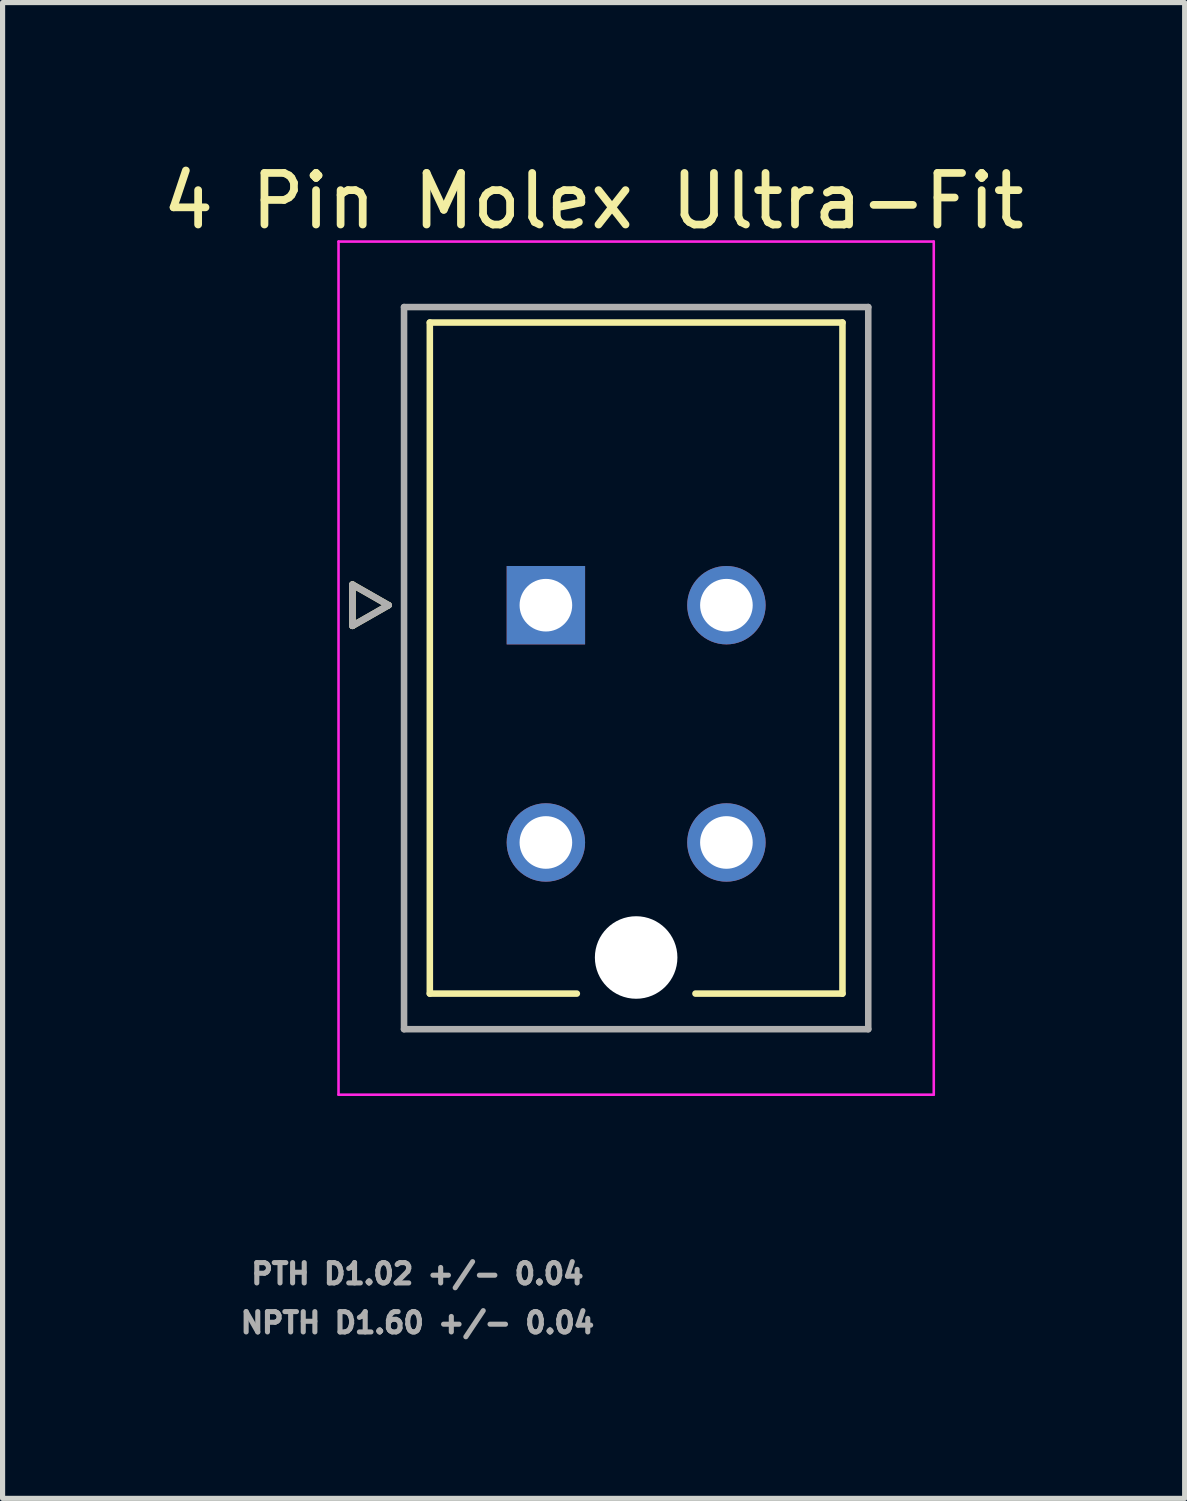
<source format=kicad_pcb>
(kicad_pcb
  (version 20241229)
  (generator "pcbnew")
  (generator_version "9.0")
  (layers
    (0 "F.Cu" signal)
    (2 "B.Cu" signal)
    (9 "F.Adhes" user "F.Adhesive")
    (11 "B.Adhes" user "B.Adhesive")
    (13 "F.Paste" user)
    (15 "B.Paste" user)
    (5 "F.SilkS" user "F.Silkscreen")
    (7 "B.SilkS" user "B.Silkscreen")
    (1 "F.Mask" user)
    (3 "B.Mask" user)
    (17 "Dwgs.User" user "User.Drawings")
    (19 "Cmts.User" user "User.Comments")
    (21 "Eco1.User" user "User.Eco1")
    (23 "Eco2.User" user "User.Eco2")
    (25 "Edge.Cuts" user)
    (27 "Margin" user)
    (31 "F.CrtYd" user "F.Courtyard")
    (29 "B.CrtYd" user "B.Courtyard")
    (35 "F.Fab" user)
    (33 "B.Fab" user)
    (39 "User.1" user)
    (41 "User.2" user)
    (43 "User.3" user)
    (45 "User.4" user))
  (footprint "4 Pin Molex Ultra-Fit"
    (layer "F.Cu")
    (at 7.533 8.683)
    (property "Reference" "4 Pin Molex Ultra-Fit" (at 0.925 -7.835 0) (layer "F.SilkS") (effects (font (size 1 1) (thickness 0.15))))
    (attr through_hole)
    (fp_circle (center 0 4.6) (end 0.418 4.6) (stroke (width 0.836) (type solid)) (fill no) (layer "F.Mask"))
    (fp_circle (center 1.75 6.83) (end 2.188 6.83) (stroke (width 0.876) (type solid)) (fill no) (layer "F.Mask"))
    (fp_circle (center 3.5 0) (end 3.918 0) (stroke (width 0.836) (type solid)) (fill no) (layer "F.Mask"))
    (fp_circle (center 3.5 4.6) (end 3.918 4.6) (stroke (width 0.836) (type solid)) (fill no) (layer "F.Mask"))
    (fp_poly (pts (xy -0.836 -0.836) (xy 0.836 -0.836) (xy 0.836 0.836) (xy -0.836 0.836)) (stroke (width 0.01) (type solid)) (fill yes) (layer "F.Mask"))
    (fp_circle (center 0 4.6) (end 0.418 4.6) (stroke (width 0.836) (type solid)) (fill no) (layer "B.Mask"))
    (fp_circle (center 1.75 6.83) (end 2.188 6.83) (stroke (width 0.876) (type solid)) (fill no) (layer "B.Mask"))
    (fp_circle (center 3.5 0) (end 3.918 0) (stroke (width 0.836) (type solid)) (fill no) (layer "B.Mask"))
    (fp_circle (center 3.5 4.6) (end 3.918 4.6) (stroke (width 0.836) (type solid)) (fill no) (layer "B.Mask"))
    (fp_poly (pts (xy -0.836 -0.836) (xy 0.836 -0.836) (xy 0.836 0.836) (xy -0.836 0.836)) (stroke (width 0.01) (type solid)) (fill yes) (layer "B.Mask"))
    (fp_line (start -3.75 -0.4) (end -3.75 0.4) (stroke (width 0.127) (type solid)) (layer "F.SilkS"))
    (fp_line (start -3.75 0.4) (end -3.05 0) (stroke (width 0.127) (type solid)) (layer "F.SilkS"))
    (fp_line (start -3.05 0) (end -3.75 -0.4) (stroke (width 0.127) (type solid)) (layer "F.SilkS"))
    (fp_line (start -2.25 -5.48) (end 5.75 -5.48) (stroke (width 0.127) (type solid)) (layer "F.SilkS"))
    (fp_line (start -2.25 7.53) (end -2.25 -5.48) (stroke (width 0.127) (type solid)) (layer "F.SilkS"))
    (fp_line (start 0.6 7.53) (end -2.25 7.53) (stroke (width 0.127) (type solid)) (layer "F.SilkS"))
    (fp_line (start 5.75 -5.48) (end 5.75 7.53) (stroke (width 0.127) (type solid)) (layer "F.SilkS"))
    (fp_line (start 5.75 7.53) (end 2.9 7.53) (stroke (width 0.127) (type solid)) (layer "F.SilkS"))
    (fp_line (start -4.02 -7.05) (end -4.02 9.49) (stroke (width 0.05) (type solid)) (layer "F.CrtYd"))
    (fp_line (start -4.02 9.49) (end 7.52 9.49) (stroke (width 0.05) (type solid)) (layer "F.CrtYd"))
    (fp_line (start 7.52 -7.05) (end -4.02 -7.05) (stroke (width 0.05) (type solid)) (layer "F.CrtYd"))
    (fp_line (start 7.52 9.49) (end 7.52 -7.05) (stroke (width 0.05) (type solid)) (layer "F.CrtYd"))
    (fp_line (start -3.75 -0.4) (end -3.75 0.4) (stroke (width 0.127) (type solid)) (layer "F.Fab"))
    (fp_line (start -3.75 0.4) (end -3.05 0) (stroke (width 0.127) (type solid)) (layer "F.Fab"))
    (fp_line (start -3.05 0) (end -3.75 -0.4) (stroke (width 0.127) (type solid)) (layer "F.Fab"))
    (fp_line (start -2.75 -5.78) (end -2.75 8.22) (stroke (width 0.127) (type solid)) (layer "F.Fab"))
    (fp_line (start -2.75 8.22) (end 6.25 8.22) (stroke (width 0.127) (type solid)) (layer "F.Fab"))
    (fp_line (start 6.25 -5.78) (end -2.75 -5.78) (stroke (width 0.127) (type solid)) (layer "F.Fab"))
    (fp_line (start 6.25 8.22) (end 6.25 -5.78) (stroke (width 0.127) (type solid)) (layer "F.Fab"))
    (fp_text user "PTH D1.02 +/- 0.04" (at -2.49 12.962 0) (layer "F.Fab") (effects (font (size 0.394 0.394) (thickness 0.15))))
    (fp_text user "NPTH D1.60 +/- 0.04" (at -2.49 13.912 0) (layer "F.Fab") (effects (font (size 0.394 0.394) (thickness 0.15))))
    (pad "" np_thru_hole circle (at 1.75 6.83) (size 1.6 1.6) (drill 1.6) (layers "*.Cu" "*.Mask"))
    (pad "1" thru_hole rect (at 0 0) (size 1.52 1.52) (drill 1.02) (layers "*.Cu"))
    (pad "2" thru_hole circle (at 3.5 0) (size 1.52 1.52) (drill 1.02) (layers "*.Cu"))
    (pad "3" thru_hole circle (at 0 4.6) (size 1.52 1.52) (drill 1.02) (layers "*.Cu"))
    (pad "4" thru_hole circle (at 3.5 4.6) (size 1.52 1.52) (drill 1.02) (layers "*.Cu")))
  (gr_rect
    (start -3 -3)
    (end 19.917 25.999)
    (stroke (width 0.1) (type default))
    (fill no)
    (layer "Edge.Cuts")))
</source>
